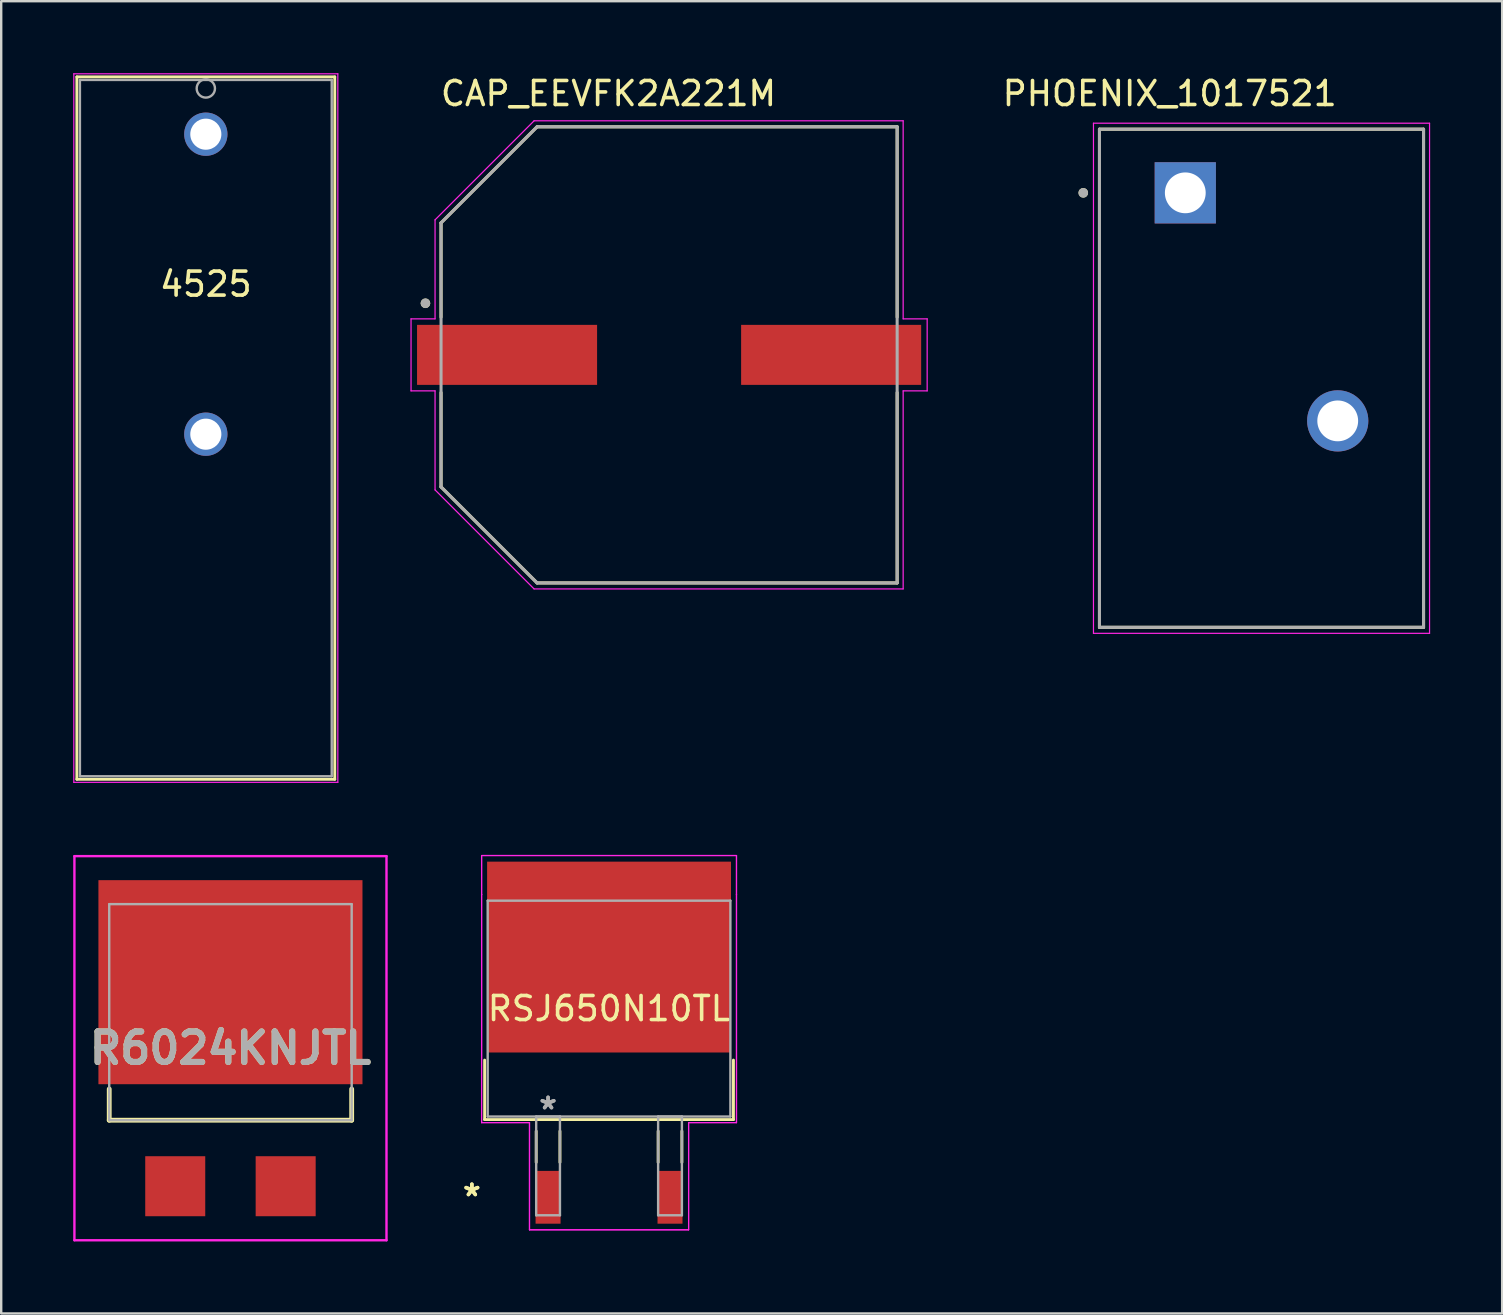
<source format=kicad_pcb>
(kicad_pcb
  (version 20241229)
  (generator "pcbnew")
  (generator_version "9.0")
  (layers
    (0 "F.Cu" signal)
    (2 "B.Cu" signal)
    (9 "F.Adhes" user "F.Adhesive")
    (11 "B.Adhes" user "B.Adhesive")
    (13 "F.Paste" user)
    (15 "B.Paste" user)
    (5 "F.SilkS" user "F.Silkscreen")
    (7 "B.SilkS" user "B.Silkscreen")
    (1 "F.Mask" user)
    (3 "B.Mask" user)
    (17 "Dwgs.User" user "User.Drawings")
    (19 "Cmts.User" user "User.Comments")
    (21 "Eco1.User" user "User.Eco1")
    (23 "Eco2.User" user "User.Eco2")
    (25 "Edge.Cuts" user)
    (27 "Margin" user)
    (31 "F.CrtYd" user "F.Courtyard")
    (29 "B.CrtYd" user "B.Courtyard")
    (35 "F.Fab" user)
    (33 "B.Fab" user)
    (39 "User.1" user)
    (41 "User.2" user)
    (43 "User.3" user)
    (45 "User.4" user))
  (footprint "4525"
    (layer "F.Cu")
    (at 5.524 2.54)
    (property "Reference" "4525" (at 0 6.248 0) (layer "F.SilkS") (effects (font (size 1 1) (thickness 0.15))))
    (attr through_hole)
    (fp_line (start -5.372 -2.388) (end -5.372 26.873) (stroke (width 0.12) (type solid)) (layer "F.SilkS"))
    (fp_line (start -5.372 26.873) (end 5.372 26.873) (stroke (width 0.12) (type solid)) (layer "F.SilkS"))
    (fp_line (start 5.372 -2.388) (end -5.372 -2.388) (stroke (width 0.12) (type solid)) (layer "F.SilkS"))
    (fp_line (start 5.372 26.873) (end 5.372 -2.388) (stroke (width 0.12) (type solid)) (layer "F.SilkS"))
    (fp_line (start -5.499 -2.515) (end -5.499 27) (stroke (width 0.05) (type solid)) (layer "F.CrtYd"))
    (fp_line (start -5.499 27) (end 5.499 27) (stroke (width 0.05) (type solid)) (layer "F.CrtYd"))
    (fp_line (start 5.499 -2.515) (end -5.499 -2.515) (stroke (width 0.05) (type solid)) (layer "F.CrtYd"))
    (fp_line (start 5.499 27) (end 5.499 -2.515) (stroke (width 0.05) (type solid)) (layer "F.CrtYd"))
    (fp_line (start -5.245 -2.261) (end -5.245 26.746) (stroke (width 0.1) (type solid)) (layer "F.Fab"))
    (fp_line (start -5.245 26.746) (end 5.245 26.746) (stroke (width 0.1) (type solid)) (layer "F.Fab"))
    (fp_line (start 5.245 -2.261) (end -5.245 -2.261) (stroke (width 0.1) (type solid)) (layer "F.Fab"))
    (fp_line (start 5.245 26.746) (end 5.245 -2.261) (stroke (width 0.1) (type solid)) (layer "F.Fab"))
    (fp_circle (center 0 -1.905) (end 0.381 -1.905) (stroke (width 0.1) (type solid)) (fill no) (layer "F.Fab"))
    (fp_text user "*" (at 0 0 0) (layer "F.SilkS") (effects (font (size 1 1) (thickness 0.15))))
    (fp_text user "*" (at 0 0 0) (layer "F.Fab") (effects (font (size 1 1) (thickness 0.15))))
    (pad "1" thru_hole circle (at 0 0) (size 1.803 1.803) (drill 1.295) (layers "*.Cu" "*.Mask"))
    (pad "2" thru_hole circle (at 0 12.497) (size 1.803 1.803) (drill 1.295) (layers "*.Cu" "*.Mask")))
  (footprint "CAP_EEVFK2A221M"
    (layer "F.Cu")
    (at 24.823 11.733)
    (property "Reference" "CAP_EEVFK2A221M" (at -2.525 -10.885 0) (layer "F.SilkS") (effects (font (size 1 1) (thickness 0.15))))
    (attr through_hole)
    (fp_line (start -9.5 -5.5) (end -9.5 -1.57) (stroke (width 0.127) (type solid)) (layer "F.SilkS"))
    (fp_line (start -9.5 1.57) (end -9.5 5.5) (stroke (width 0.127) (type solid)) (layer "F.SilkS"))
    (fp_line (start -9.5 5.5) (end -5.5 9.5) (stroke (width 0.127) (type solid)) (layer "F.SilkS"))
    (fp_line (start -5.5 -9.5) (end -9.5 -5.5) (stroke (width 0.127) (type solid)) (layer "F.SilkS"))
    (fp_line (start -5.5 9.5) (end 9.5 9.5) (stroke (width 0.127) (type solid)) (layer "F.SilkS"))
    (fp_line (start 9.5 -9.5) (end -5.5 -9.5) (stroke (width 0.127) (type solid)) (layer "F.SilkS"))
    (fp_line (start 9.5 -1.57) (end 9.5 -9.5) (stroke (width 0.127) (type solid)) (layer "F.SilkS"))
    (fp_line (start 9.5 9.5) (end 9.5 1.57) (stroke (width 0.127) (type solid)) (layer "F.SilkS"))
    (fp_circle (center -10.15 -2.15) (end -10.05 -2.15) (stroke (width 0.2) (type solid)) (fill no) (layer "F.SilkS"))
    (fp_line (start -10.75 -1.5) (end -9.75 -1.5) (stroke (width 0.05) (type solid)) (layer "F.CrtYd"))
    (fp_line (start -10.75 1.5) (end -10.75 -1.5) (stroke (width 0.05) (type solid)) (layer "F.CrtYd"))
    (fp_line (start -9.75 -5.625) (end -5.625 -9.75) (stroke (width 0.05) (type solid)) (layer "F.CrtYd"))
    (fp_line (start -9.75 -1.5) (end -9.75 -5.625) (stroke (width 0.05) (type solid)) (layer "F.CrtYd"))
    (fp_line (start -9.75 1.5) (end -10.75 1.5) (stroke (width 0.05) (type solid)) (layer "F.CrtYd"))
    (fp_line (start -9.75 5.625) (end -9.75 1.5) (stroke (width 0.05) (type solid)) (layer "F.CrtYd"))
    (fp_line (start -5.625 -9.75) (end 9.75 -9.75) (stroke (width 0.05) (type solid)) (layer "F.CrtYd"))
    (fp_line (start -5.625 9.75) (end -9.75 5.625) (stroke (width 0.05) (type solid)) (layer "F.CrtYd"))
    (fp_line (start 9.75 -9.75) (end 9.75 -1.5) (stroke (width 0.05) (type solid)) (layer "F.CrtYd"))
    (fp_line (start 9.75 -1.5) (end 10.75 -1.5) (stroke (width 0.05) (type solid)) (layer "F.CrtYd"))
    (fp_line (start 9.75 1.5) (end 9.75 9.75) (stroke (width 0.05) (type solid)) (layer "F.CrtYd"))
    (fp_line (start 9.75 9.75) (end -5.625 9.75) (stroke (width 0.05) (type solid)) (layer "F.CrtYd"))
    (fp_line (start 10.75 -1.5) (end 10.75 1.5) (stroke (width 0.05) (type solid)) (layer "F.CrtYd"))
    (fp_line (start 10.75 1.5) (end 9.75 1.5) (stroke (width 0.05) (type solid)) (layer "F.CrtYd"))
    (fp_line (start -9.5 -5.5) (end -9.5 5.5) (stroke (width 0.127) (type solid)) (layer "F.Fab"))
    (fp_line (start -9.5 5.5) (end -5.5 9.5) (stroke (width 0.127) (type solid)) (layer "F.Fab"))
    (fp_line (start -5.5 -9.5) (end -9.5 -5.5) (stroke (width 0.127) (type solid)) (layer "F.Fab"))
    (fp_line (start -5.5 9.5) (end 9.5 9.5) (stroke (width 0.127) (type solid)) (layer "F.Fab"))
    (fp_line (start 9.5 -9.5) (end -5.5 -9.5) (stroke (width 0.127) (type solid)) (layer "F.Fab"))
    (fp_line (start 9.5 9.5) (end 9.5 -9.5) (stroke (width 0.127) (type solid)) (layer "F.Fab"))
    (fp_circle (center -10.15 -2.15) (end -10.05 -2.15) (stroke (width 0.2) (type solid)) (fill no) (layer "F.Fab"))
    (pad "1" smd rect (at -6.75 0) (size 7.5 2.5) (layers "F.Cu" "F.Mask" "F.Paste"))
    (pad "2" smd rect (at 6.75 0) (size 7.5 2.5) (layers "F.Cu" "F.Mask" "F.Paste")))
  (footprint "R6024KNJTL"
    (layer "F.Cu")
    (at 6.55 39.99)
    (property "Reference" "R6024KNJTL" (at 0 0.625 0) (layer "F.SilkS") (effects (font (size 1.27 1.27) (thickness 0.254))))
    (attr smd)
    (fp_line (start -5.05 2.325) (end -5.05 3.625) (stroke (width 0.2) (type solid)) (layer "F.SilkS"))
    (fp_line (start -5.05 3.625) (end 5.05 3.625) (stroke (width 0.2) (type solid)) (layer "F.SilkS"))
    (fp_line (start 5.05 3.625) (end 5.05 2.325) (stroke (width 0.2) (type solid)) (layer "F.SilkS"))
    (fp_line (start -6.5 -7.375) (end 6.5 -7.375) (stroke (width 0.1) (type solid)) (layer "F.CrtYd"))
    (fp_line (start -6.5 8.625) (end -6.5 -7.375) (stroke (width 0.1) (type solid)) (layer "F.CrtYd"))
    (fp_line (start 6.5 -7.375) (end 6.5 8.625) (stroke (width 0.1) (type solid)) (layer "F.CrtYd"))
    (fp_line (start 6.5 8.625) (end -6.5 8.625) (stroke (width 0.1) (type solid)) (layer "F.CrtYd"))
    (fp_line (start -5.05 -5.375) (end 5.05 -5.375) (stroke (width 0.1) (type solid)) (layer "F.Fab"))
    (fp_line (start -5.05 3.625) (end -5.05 -5.375) (stroke (width 0.1) (type solid)) (layer "F.Fab"))
    (fp_line (start 5.05 -5.375) (end 5.05 3.625) (stroke (width 0.1) (type solid)) (layer "F.Fab"))
    (fp_line (start 5.05 3.625) (end -5.05 3.625) (stroke (width 0.1) (type solid)) (layer "F.Fab"))
    (fp_text user "${REFERENCE}" (at 0 0.625 0) (layer "F.Fab") (effects (font (size 1.27 1.27) (thickness 0.254))))
    (pad "1" smd rect (at -2.3 6.375) (size 2.5 2.5) (layers "F.Cu" "F.Mask" "F.Paste"))
    (pad "2" smd rect (at 0 -2.125 90) (size 8.5 11) (layers "F.Cu" "F.Mask" "F.Paste"))
    (pad "3" smd rect (at 2.3 6.375) (size 2.5 2.5) (layers "F.Cu" "F.Mask" "F.Paste")))
  (footprint "RSJ650N10TL"
    (layer "F.Cu")
    (at 22.321 38.965)
    (property "Reference" "RSJ650N10TL" (at 0 0 0) (layer "F.SilkS") (effects (font (size 1 1) (thickness 0.15))))
    (attr through_hole)
    (fp_line (start -5.182 2.146) (end -5.182 4.623) (stroke (width 0.12) (type solid)) (layer "F.SilkS"))
    (fp_line (start -5.182 4.623) (end 5.182 4.623) (stroke (width 0.12) (type solid)) (layer "F.SilkS"))
    (fp_line (start -3.035 5.105) (end -3.035 6.406) (stroke (width 0.12) (type solid)) (layer "F.SilkS"))
    (fp_line (start -2.045 5.105) (end -2.045 6.406) (stroke (width 0.12) (type solid)) (layer "F.SilkS"))
    (fp_line (start 2.045 5.105) (end 2.045 6.406) (stroke (width 0.12) (type solid)) (layer "F.SilkS"))
    (fp_line (start 3.035 5.105) (end 3.035 6.406) (stroke (width 0.12) (type solid)) (layer "F.SilkS"))
    (fp_line (start 5.182 4.623) (end 5.182 2.146) (stroke (width 0.12) (type solid)) (layer "F.SilkS"))
    (fp_line (start -5.309 -6.375) (end 5.309 -6.375) (stroke (width 0.05) (type solid)) (layer "F.CrtYd"))
    (fp_line (start -5.309 -6.375) (end 5.309 -6.375) (stroke (width 0.05) (type solid)) (layer "F.CrtYd"))
    (fp_line (start -5.309 -4.75) (end -5.309 -6.375) (stroke (width 0.05) (type solid)) (layer "F.CrtYd"))
    (fp_line (start -5.309 -4.75) (end -5.309 -6.375) (stroke (width 0.05) (type solid)) (layer "F.CrtYd"))
    (fp_line (start -5.309 -4.75) (end -5.309 -4.75) (stroke (width 0.05) (type solid)) (layer "F.CrtYd"))
    (fp_line (start -5.309 -4.75) (end -5.309 -4.75) (stroke (width 0.05) (type solid)) (layer "F.CrtYd"))
    (fp_line (start -5.309 4.75) (end -5.309 -4.75) (stroke (width 0.05) (type solid)) (layer "F.CrtYd"))
    (fp_line (start -5.309 4.75) (end -5.309 -4.75) (stroke (width 0.05) (type solid)) (layer "F.CrtYd"))
    (fp_line (start -3.314 4.75) (end -5.309 4.75) (stroke (width 0.05) (type solid)) (layer "F.CrtYd"))
    (fp_line (start -3.314 4.75) (end -5.309 4.75) (stroke (width 0.05) (type solid)) (layer "F.CrtYd"))
    (fp_line (start -3.314 9.215) (end -3.314 4.75) (stroke (width 0.05) (type solid)) (layer "F.CrtYd"))
    (fp_line (start -3.314 9.215) (end -3.314 4.75) (stroke (width 0.05) (type solid)) (layer "F.CrtYd"))
    (fp_line (start 3.314 4.75) (end 3.314 9.215) (stroke (width 0.05) (type solid)) (layer "F.CrtYd"))
    (fp_line (start 3.314 4.75) (end 3.314 9.215) (stroke (width 0.05) (type solid)) (layer "F.CrtYd"))
    (fp_line (start 3.314 9.215) (end -3.314 9.215) (stroke (width 0.05) (type solid)) (layer "F.CrtYd"))
    (fp_line (start 3.314 9.215) (end -3.314 9.215) (stroke (width 0.05) (type solid)) (layer "F.CrtYd"))
    (fp_line (start 5.309 -6.375) (end 5.309 -4.75) (stroke (width 0.05) (type solid)) (layer "F.CrtYd"))
    (fp_line (start 5.309 -6.375) (end 5.309 -4.75) (stroke (width 0.05) (type solid)) (layer "F.CrtYd"))
    (fp_line (start 5.309 -4.75) (end 5.309 -4.75) (stroke (width 0.05) (type solid)) (layer "F.CrtYd"))
    (fp_line (start 5.309 -4.75) (end 5.309 -4.75) (stroke (width 0.05) (type solid)) (layer "F.CrtYd"))
    (fp_line (start 5.309 -4.75) (end 5.309 4.75) (stroke (width 0.05) (type solid)) (layer "F.CrtYd"))
    (fp_line (start 5.309 -4.75) (end 5.309 4.75) (stroke (width 0.05) (type solid)) (layer "F.CrtYd"))
    (fp_line (start 5.309 4.75) (end 3.314 4.75) (stroke (width 0.05) (type solid)) (layer "F.CrtYd"))
    (fp_line (start 5.309 4.75) (end 3.314 4.75) (stroke (width 0.05) (type solid)) (layer "F.CrtYd"))
    (fp_line (start -5.055 -4.496) (end -5.055 4.496) (stroke (width 0.1) (type solid)) (layer "F.Fab"))
    (fp_line (start -5.055 4.496) (end 5.055 4.496) (stroke (width 0.1) (type solid)) (layer "F.Fab"))
    (fp_line (start -3.035 4.496) (end -3.035 8.611) (stroke (width 0.1) (type solid)) (layer "F.Fab"))
    (fp_line (start -3.035 8.611) (end -2.045 8.611) (stroke (width 0.1) (type solid)) (layer "F.Fab"))
    (fp_line (start -2.045 4.496) (end -3.035 4.496) (stroke (width 0.1) (type solid)) (layer "F.Fab"))
    (fp_line (start -2.045 8.611) (end -2.045 4.496) (stroke (width 0.1) (type solid)) (layer "F.Fab"))
    (fp_line (start 2.045 4.496) (end 2.045 8.611) (stroke (width 0.1) (type solid)) (layer "F.Fab"))
    (fp_line (start 2.045 8.611) (end 3.035 8.611) (stroke (width 0.1) (type solid)) (layer "F.Fab"))
    (fp_line (start 3.035 4.496) (end 2.045 4.496) (stroke (width 0.1) (type solid)) (layer "F.Fab"))
    (fp_line (start 3.035 8.611) (end 3.035 4.496) (stroke (width 0.1) (type solid)) (layer "F.Fab"))
    (fp_line (start 5.055 -4.496) (end -5.055 -4.496) (stroke (width 0.1) (type solid)) (layer "F.Fab"))
    (fp_line (start 5.055 4.496) (end 5.055 -4.496) (stroke (width 0.1) (type solid)) (layer "F.Fab"))
    (fp_text user "*" (at -5.715 7.861 0) (layer "F.SilkS") (effects (font (size 1 1) (thickness 0.15))))
    (fp_text user "*" (at -5.715 7.861 0) (layer "F.SilkS") (effects (font (size 1 1) (thickness 0.15))))
    (fp_text user "*" (at -2.54 4.242 0) (layer "F.Fab") (effects (font (size 1 1) (thickness 0.15))))
    (fp_text user "*" (at -2.54 4.242 0) (layer "F.Fab") (effects (font (size 1 1) (thickness 0.15))))
    (pad "1" smd rect (at -2.54 7.861) (size 1.041 2.199) (layers "F.Cu" "F.Mask" "F.Paste"))
    (pad "2" smd rect (at 0 -2.146) (size 10.16 7.95) (layers "F.Cu" "F.Mask" "F.Paste"))
    (pad "3" smd rect (at 2.54 7.861) (size 1.041 2.199) (layers "F.Cu" "F.Mask" "F.Paste")))
  (footprint "PHOENIX_1017521"
    (layer "F.Cu")
    (at 46.326 4.983)
    (property "Reference" "PHOENIX_1017521" (at -0.65 -4.135 0) (layer "F.SilkS") (effects (font (size 1 1) (thickness 0.15))))
    (attr through_hole)
    (fp_line (start -3.575 -2.65) (end 9.925 -2.65) (stroke (width 0.127) (type solid)) (layer "F.SilkS"))
    (fp_line (start -3.575 18.1) (end -3.575 -2.65) (stroke (width 0.127) (type solid)) (layer "F.SilkS"))
    (fp_line (start 9.925 -2.65) (end 9.925 18.1) (stroke (width 0.127) (type solid)) (layer "F.SilkS"))
    (fp_line (start 9.925 18.1) (end -3.575 18.1) (stroke (width 0.127) (type solid)) (layer "F.SilkS"))
    (fp_circle (center -4.25 0) (end -4.15 0) (stroke (width 0.2) (type solid)) (fill no) (layer "F.SilkS"))
    (fp_line (start -3.825 -2.9) (end 10.175 -2.9) (stroke (width 0.05) (type solid)) (layer "F.CrtYd"))
    (fp_line (start -3.825 18.35) (end -3.825 -2.9) (stroke (width 0.05) (type solid)) (layer "F.CrtYd"))
    (fp_line (start 10.175 -2.9) (end 10.175 18.35) (stroke (width 0.05) (type solid)) (layer "F.CrtYd"))
    (fp_line (start 10.175 18.35) (end -3.825 18.35) (stroke (width 0.05) (type solid)) (layer "F.CrtYd"))
    (fp_line (start -3.575 -2.65) (end 9.925 -2.65) (stroke (width 0.127) (type solid)) (layer "F.Fab"))
    (fp_line (start -3.575 18.1) (end -3.575 -2.65) (stroke (width 0.127) (type solid)) (layer "F.Fab"))
    (fp_line (start 9.925 -2.65) (end 9.925 18.1) (stroke (width 0.127) (type solid)) (layer "F.Fab"))
    (fp_line (start 9.925 18.1) (end -3.575 18.1) (stroke (width 0.127) (type solid)) (layer "F.Fab"))
    (fp_circle (center -4.25 0) (end -4.15 0) (stroke (width 0.2) (type solid)) (fill no) (layer "F.Fab"))
    (pad "1" thru_hole rect (at 0 0) (size 2.55 2.55) (drill 1.7) (layers "*.Cu" "*.Mask"))
    (pad "2" thru_hole circle (at 6.35 9.5) (size 2.55 2.55) (drill 1.7) (layers "*.Cu" "*.Mask")))
  (gr_rect
    (start -3 -3)
    (end 59.526 51.665)
    (stroke (width 0.1) (type default))
    (fill no)
    (layer "Edge.Cuts")))
</source>
